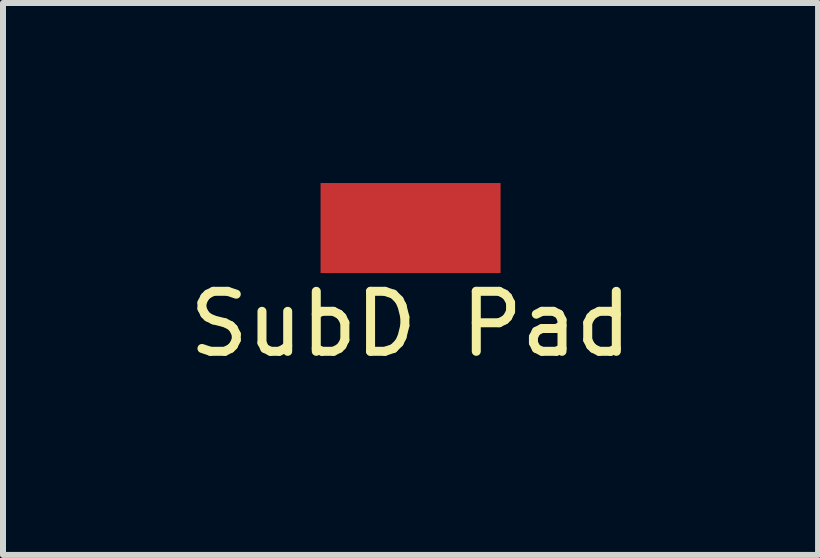
<source format=kicad_pcb>
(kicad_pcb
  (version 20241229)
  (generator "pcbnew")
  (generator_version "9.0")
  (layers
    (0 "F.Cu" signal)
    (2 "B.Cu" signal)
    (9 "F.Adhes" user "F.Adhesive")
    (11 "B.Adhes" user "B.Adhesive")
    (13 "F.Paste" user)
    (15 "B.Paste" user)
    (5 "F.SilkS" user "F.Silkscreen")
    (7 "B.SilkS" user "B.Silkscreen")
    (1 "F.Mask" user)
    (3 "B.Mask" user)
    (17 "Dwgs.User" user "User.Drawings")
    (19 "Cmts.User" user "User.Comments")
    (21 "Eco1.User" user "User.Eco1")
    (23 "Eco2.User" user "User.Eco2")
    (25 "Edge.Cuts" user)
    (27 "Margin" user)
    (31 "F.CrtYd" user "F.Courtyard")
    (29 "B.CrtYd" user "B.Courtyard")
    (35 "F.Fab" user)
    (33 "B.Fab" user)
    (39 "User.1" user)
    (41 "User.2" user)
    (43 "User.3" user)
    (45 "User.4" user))
  (footprint "SubD Pad"
    (layer "F.Cu")
    (at 3.792 0.75)
    (property "Reference" "SubD Pad" (at 0 1.6 0) (layer "F.SilkS") (effects (font (size 1 1) (thickness 0.15))))
    (attr through_hole)
    (pad "1" smd rect (at 0 0) (size 3 1.5) (layers "F.Cu" "F.Mask" "F.Paste")))
  (gr_rect
    (start -3 -3)
    (end 10.583 6.198)
    (stroke (width 0.1) (type default))
    (fill no)
    (layer "Edge.Cuts")))
</source>
